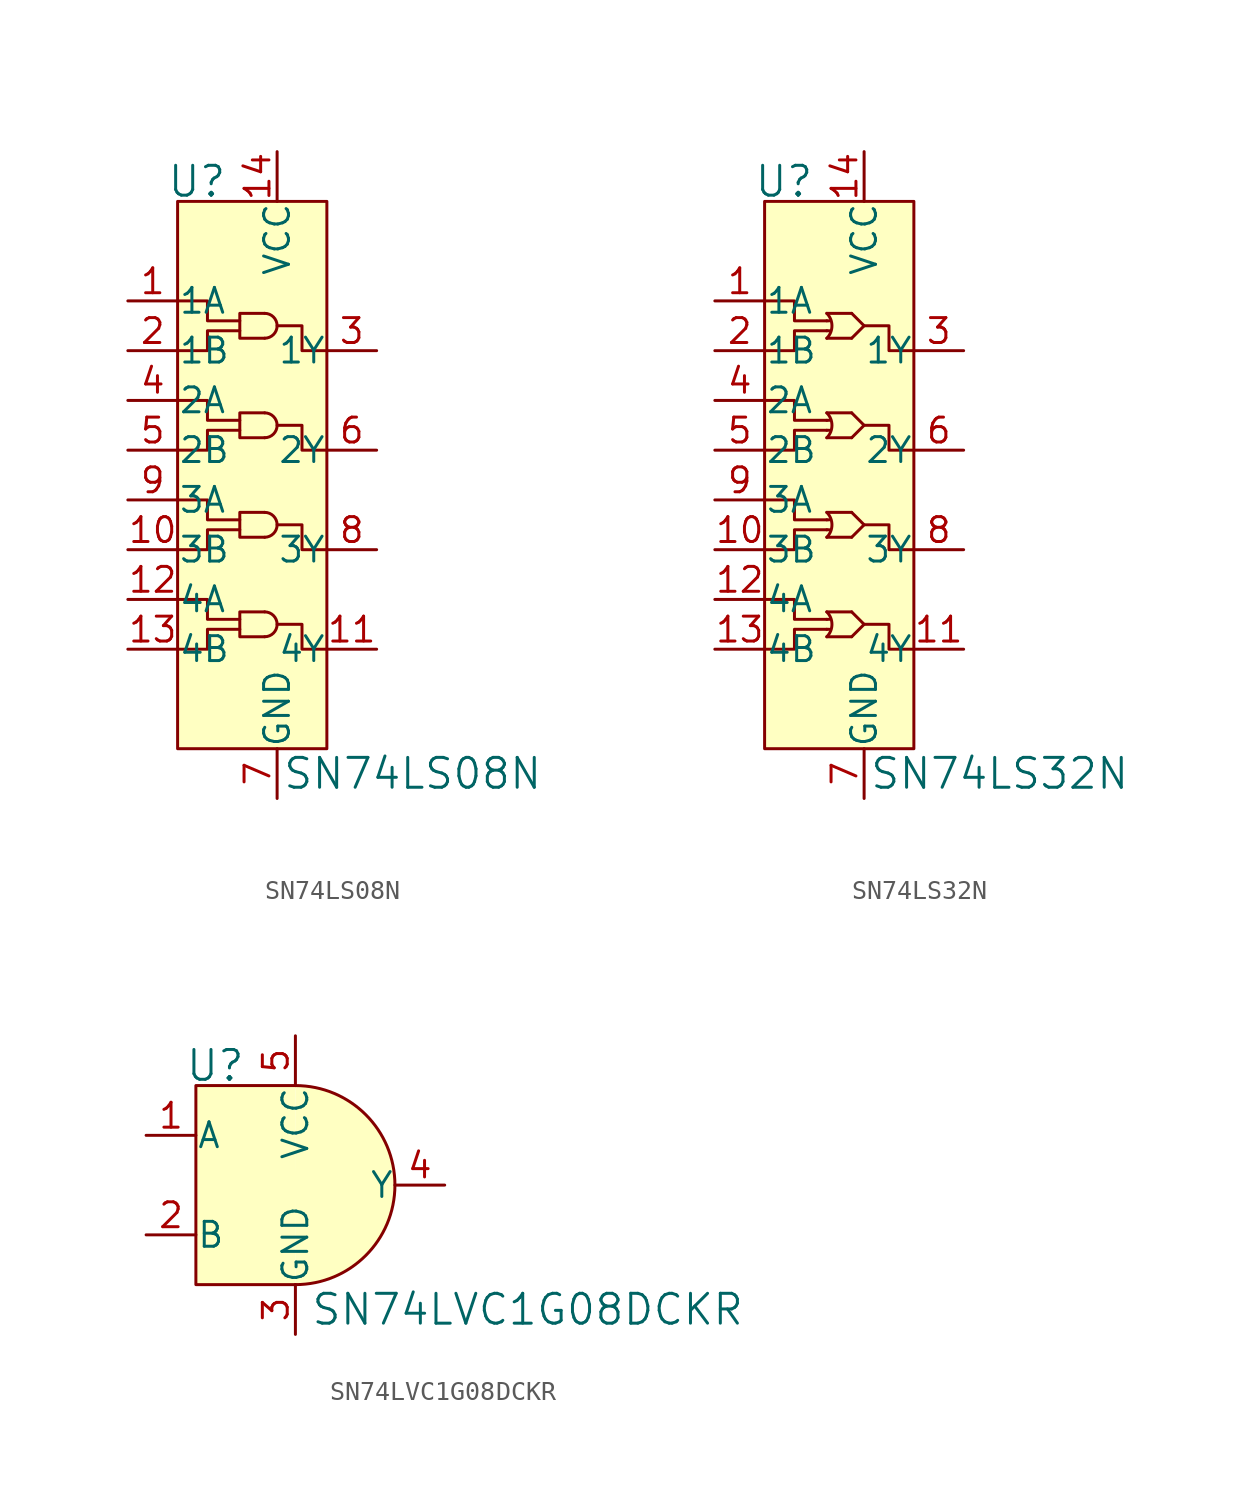
<source format=kicad_sym>
(kicad_symbol_lib
  (version 20211014)
  (generator kicad_symbol_editor)
  (symbol "SN74LS08N"
    (pin_names
      (offset 0.025))
    (property "Reference" "U"
      (at -2.54 8.636 0)
      (effects (font (size 1.524 1.524)) (justify right)))
    (property "Value" "SN74LS08N"
      (at 0.254 -21.59 0)
      (effects (font (size 1.524 1.524)) (justify left)))
    (symbol "SN74LS08N_0_1"
      (rectangle (start -5.08 7.62) (end 2.54 -20.32) (stroke (width 0) (type default) (color 0 0 0 0)) (fill (type background)))
      (arc (start -0.635 -14.605) (mid 0 -13.97) (end -0.635 -13.335) (stroke (width 0) (type default) (color 0 0 0 0)) (fill (type none)))
      (arc (start -0.635 -9.525) (mid 0 -8.89) (end -0.635 -8.255) (stroke (width 0) (type default) (color 0 0 0 0)) (fill (type none)))
      (arc (start -0.635 -4.445) (mid 0 -3.81) (end -0.635 -3.175) (stroke (width 0) (type default) (color 0 0 0 0)) (fill (type none)))
      (arc (start -0.635 0.635) (mid 0 1.27) (end -0.635 1.905) (stroke (width 0) (type default) (color 0 0 0 0)) (fill (type none)))
      (polyline (pts (xy -5.08 -15.24) (xy -3.556 -15.24) (xy -3.556 -14.224) (xy -1.905 -14.224)) (stroke (width 0) (type default) (color 0 0 0 0)) (fill (type none)))
      (polyline (pts (xy -5.08 -10.16) (xy -3.556 -10.16) (xy -3.556 -9.144) (xy -1.905 -9.144)) (stroke (width 0) (type default) (color 0 0 0 0)) (fill (type none)))
      (polyline (pts (xy -5.08 -5.08) (xy -3.556 -5.08) (xy -3.556 -4.064) (xy -1.905 -4.064)) (stroke (width 0) (type default) (color 0 0 0 0)) (fill (type none)))
      (polyline (pts (xy -5.08 0) (xy -3.556 0) (xy -3.556 1.016) (xy -1.905 1.016)) (stroke (width 0) (type default) (color 0 0 0 0)) (fill (type none)))
      (polyline (pts (xy -1.905 -13.716) (xy -3.556 -13.716) (xy -3.556 -12.7) (xy -5.08 -12.7)) (stroke (width 0) (type default) (color 0 0 0 0)) (fill (type none)))
      (polyline (pts (xy -1.905 -8.636) (xy -3.556 -8.636) (xy -3.556 -7.62) (xy -5.08 -7.62)) (stroke (width 0) (type default) (color 0 0 0 0)) (fill (type none)))
      (polyline (pts (xy -1.905 -3.556) (xy -3.556 -3.556) (xy -3.556 -2.54) (xy -5.08 -2.54)) (stroke (width 0) (type default) (color 0 0 0 0)) (fill (type none)))
      (polyline (pts (xy -1.905 1.524) (xy -3.556 1.524) (xy -3.556 2.54) (xy -5.08 2.54)) (stroke (width 0) (type default) (color 0 0 0 0)) (fill (type none)))
      (polyline (pts (xy -0.635 -13.335) (xy -1.905 -13.335) (xy -1.905 -14.605) (xy -0.635 -14.605)) (stroke (width 0) (type default) (color 0 0 0 0)) (fill (type none)))
      (polyline (pts (xy -0.635 -8.255) (xy -1.905 -8.255) (xy -1.905 -9.525) (xy -0.635 -9.525)) (stroke (width 0) (type default) (color 0 0 0 0)) (fill (type none)))
      (polyline (pts (xy -0.635 -3.175) (xy -1.905 -3.175) (xy -1.905 -4.445) (xy -0.635 -4.445)) (stroke (width 0) (type default) (color 0 0 0 0)) (fill (type none)))
      (polyline (pts (xy -0.635 1.905) (xy -1.905 1.905) (xy -1.905 0.635) (xy -0.635 0.635)) (stroke (width 0) (type default) (color 0 0 0 0)) (fill (type none)))
      (polyline (pts (xy 2.54 -15.24) (xy 1.27 -15.24) (xy 1.27 -13.97) (xy 0 -13.97)) (stroke (width 0) (type default) (color 0 0 0 0)) (fill (type none)))
      (polyline (pts (xy 2.54 -10.16) (xy 1.27 -10.16) (xy 1.27 -8.89) (xy 0 -8.89)) (stroke (width 0) (type default) (color 0 0 0 0)) (fill (type none)))
      (polyline (pts (xy 2.54 -5.08) (xy 1.27 -5.08) (xy 1.27 -3.81) (xy 0 -3.81)) (stroke (width 0) (type default) (color 0 0 0 0)) (fill (type none)))
      (polyline (pts (xy 2.54 0) (xy 1.27 0) (xy 1.27 1.27) (xy 0 1.27)) (stroke (width 0) (type default) (color 0 0 0 0)) (fill (type none))))
    (symbol "SN74LS08N_1_1"
      (pin input line (at -7.62 2.54 0) (length 2.54) (name "1A" (effects (font (size 1.27 1.27)))) (number "1" (effects (font (size 1.27 1.27)))))
      (pin input line (at -7.62 -10.16 0) (length 2.54) (name "3B" (effects (font (size 1.27 1.27)))) (number "10" (effects (font (size 1.27 1.27)))))
      (pin output line (at 5.08 -15.24 180) (length 2.54) (name "4Y" (effects (font (size 1.27 1.27)))) (number "11" (effects (font (size 1.27 1.27)))))
      (pin input line (at -7.62 -12.7 0) (length 2.54) (name "4A" (effects (font (size 1.27 1.27)))) (number "12" (effects (font (size 1.27 1.27)))))
      (pin input line (at -7.62 -15.24 0) (length 2.54) (name "4B" (effects (font (size 1.27 1.27)))) (number "13" (effects (font (size 1.27 1.27)))))
      (pin power_in line (at 0 10.16 270) (length 2.54) (name "VCC" (effects (font (size 1.27 1.27)))) (number "14" (effects (font (size 1.27 1.27)))))
      (pin input line (at -7.62 0 0) (length 2.54) (name "1B" (effects (font (size 1.27 1.27)))) (number "2" (effects (font (size 1.27 1.27)))))
      (pin output line (at 5.08 0 180) (length 2.54) (name "1Y" (effects (font (size 1.27 1.27)))) (number "3" (effects (font (size 1.27 1.27)))))
      (pin input line (at -7.62 -2.54 0) (length 2.54) (name "2A" (effects (font (size 1.27 1.27)))) (number "4" (effects (font (size 1.27 1.27)))))
      (pin input line (at -7.62 -5.08 0) (length 2.54) (name "2B" (effects (font (size 1.27 1.27)))) (number "5" (effects (font (size 1.27 1.27)))))
      (pin output line (at 5.08 -5.08 180) (length 2.54) (name "2Y" (effects (font (size 1.27 1.27)))) (number "6" (effects (font (size 1.27 1.27)))))
      (pin power_in line (at 0 -22.86 90) (length 2.54) (name "GND" (effects (font (size 1.27 1.27)))) (number "7" (effects (font (size 1.27 1.27)))))
      (pin output line (at 5.08 -10.16 180) (length 2.54) (name "3Y" (effects (font (size 1.27 1.27)))) (number "8" (effects (font (size 1.27 1.27)))))
      (pin input line (at -7.62 -7.62 0) (length 2.54) (name "3A" (effects (font (size 1.27 1.27)))) (number "9" (effects (font (size 1.27 1.27)))))))
  (symbol "SN74LS32N"
    (pin_names
      (offset 0.025))
    (property "Reference" "U"
      (at -2.54 8.636 0)
      (effects (font (size 1.524 1.524)) (justify right)))
    (property "Value" "SN74LS32N"
      (at 0.254 -21.59 0)
      (effects (font (size 1.524 1.524)) (justify left)))
    (symbol "SN74LS32N_0_1"
      (rectangle (start -5.08 7.62) (end 2.54 -20.32) (stroke (width 0) (type default) (color 0 0 0 0)) (fill (type background)))
      (arc (start -1.905 -14.605) (mid -1.642 -13.97) (end -1.905 -13.335) (stroke (width 0) (type default) (color 0 0 0 0)) (fill (type none)))
      (arc (start -1.905 -9.525) (mid -1.642 -8.89) (end -1.905 -8.255) (stroke (width 0) (type default) (color 0 0 0 0)) (fill (type none)))
      (arc (start -1.905 -4.445) (mid -1.642 -3.81) (end -1.905 -3.175) (stroke (width 0) (type default) (color 0 0 0 0)) (fill (type none)))
      (arc (start -1.905 0.635) (mid -1.642 1.27) (end -1.905 1.905) (stroke (width 0) (type default) (color 0 0 0 0)) (fill (type none)))
      (polyline (pts (xy -1.905 -14.224) (xy -1.778 -14.224)) (stroke (width 0) (type default) (color 0 0 0 0)) (fill (type none)))
      (polyline (pts (xy -1.905 -13.716) (xy -1.778 -13.716)) (stroke (width 0) (type default) (color 0 0 0 0)) (fill (type none)))
      (polyline (pts (xy -1.905 -9.144) (xy -1.778 -9.144)) (stroke (width 0) (type default) (color 0 0 0 0)) (fill (type none)))
      (polyline (pts (xy -1.905 -8.636) (xy -1.778 -8.636)) (stroke (width 0) (type default) (color 0 0 0 0)) (fill (type none)))
      (polyline (pts (xy -1.905 -4.064) (xy -1.778 -4.064)) (stroke (width 0) (type default) (color 0 0 0 0)) (fill (type none)))
      (polyline (pts (xy -1.905 -3.556) (xy -1.778 -3.556)) (stroke (width 0) (type default) (color 0 0 0 0)) (fill (type none)))
      (polyline (pts (xy -1.905 1.016) (xy -1.778 1.016)) (stroke (width 0) (type default) (color 0 0 0 0)) (fill (type none)))
      (polyline (pts (xy -1.905 1.524) (xy -1.778 1.524)) (stroke (width 0) (type default) (color 0 0 0 0)) (fill (type none)))
      (polyline (pts (xy -0.635 -14.605) (xy -1.905 -14.605)) (stroke (width 0) (type default) (color 0 0 0 0)) (fill (type none)))
      (polyline (pts (xy -0.635 -13.335) (xy -1.905 -13.335)) (stroke (width 0) (type default) (color 0 0 0 0)) (fill (type none)))
      (polyline (pts (xy -0.635 -9.525) (xy -1.905 -9.525)) (stroke (width 0) (type default) (color 0 0 0 0)) (fill (type none)))
      (polyline (pts (xy -0.635 -8.255) (xy -1.905 -8.255)) (stroke (width 0) (type default) (color 0 0 0 0)) (fill (type none)))
      (polyline (pts (xy -0.635 -4.445) (xy -1.905 -4.445)) (stroke (width 0) (type default) (color 0 0 0 0)) (fill (type none)))
      (polyline (pts (xy -0.635 -3.175) (xy -1.905 -3.175)) (stroke (width 0) (type default) (color 0 0 0 0)) (fill (type none)))
      (polyline (pts (xy -0.635 0.635) (xy -1.905 0.635)) (stroke (width 0) (type default) (color 0 0 0 0)) (fill (type none)))
      (polyline (pts (xy -0.635 1.905) (xy -1.905 1.905)) (stroke (width 0) (type default) (color 0 0 0 0)) (fill (type none)))
      (polyline (pts (xy -0.635 -13.335) (xy 0 -13.97) (xy -0.635 -14.605)) (stroke (width 0) (type default) (color 0 0 0 0)) (fill (type none)))
      (polyline (pts (xy -0.635 -8.255) (xy 0 -8.89) (xy -0.635 -9.525)) (stroke (width 0) (type default) (color 0 0 0 0)) (fill (type none)))
      (polyline (pts (xy -0.635 -3.175) (xy 0 -3.81) (xy -0.635 -4.445)) (stroke (width 0) (type default) (color 0 0 0 0)) (fill (type none)))
      (polyline (pts (xy -0.635 1.905) (xy 0 1.27) (xy -0.635 0.635)) (stroke (width 0) (type default) (color 0 0 0 0)) (fill (type none)))
      (polyline (pts (xy -5.08 -15.24) (xy -3.556 -15.24) (xy -3.556 -14.224) (xy -1.905 -14.224)) (stroke (width 0) (type default) (color 0 0 0 0)) (fill (type none)))
      (polyline (pts (xy -5.08 -10.16) (xy -3.556 -10.16) (xy -3.556 -9.144) (xy -1.905 -9.144)) (stroke (width 0) (type default) (color 0 0 0 0)) (fill (type none)))
      (polyline (pts (xy -5.08 -5.08) (xy -3.556 -5.08) (xy -3.556 -4.064) (xy -1.905 -4.064)) (stroke (width 0) (type default) (color 0 0 0 0)) (fill (type none)))
      (polyline (pts (xy -5.08 0) (xy -3.556 0) (xy -3.556 1.016) (xy -1.905 1.016)) (stroke (width 0) (type default) (color 0 0 0 0)) (fill (type none)))
      (polyline (pts (xy -1.905 -13.716) (xy -3.556 -13.716) (xy -3.556 -12.7) (xy -5.08 -12.7)) (stroke (width 0) (type default) (color 0 0 0 0)) (fill (type none)))
      (polyline (pts (xy -1.905 -8.636) (xy -3.556 -8.636) (xy -3.556 -7.62) (xy -5.08 -7.62)) (stroke (width 0) (type default) (color 0 0 0 0)) (fill (type none)))
      (polyline (pts (xy -1.905 -3.556) (xy -3.556 -3.556) (xy -3.556 -2.54) (xy -5.08 -2.54)) (stroke (width 0) (type default) (color 0 0 0 0)) (fill (type none)))
      (polyline (pts (xy -1.905 1.524) (xy -3.556 1.524) (xy -3.556 2.54) (xy -5.08 2.54)) (stroke (width 0) (type default) (color 0 0 0 0)) (fill (type none)))
      (polyline (pts (xy 2.54 -15.24) (xy 1.27 -15.24) (xy 1.27 -13.97) (xy 0 -13.97)) (stroke (width 0) (type default) (color 0 0 0 0)) (fill (type none)))
      (polyline (pts (xy 2.54 -10.16) (xy 1.27 -10.16) (xy 1.27 -8.89) (xy 0 -8.89)) (stroke (width 0) (type default) (color 0 0 0 0)) (fill (type none)))
      (polyline (pts (xy 2.54 -5.08) (xy 1.27 -5.08) (xy 1.27 -3.81) (xy 0 -3.81)) (stroke (width 0) (type default) (color 0 0 0 0)) (fill (type none)))
      (polyline (pts (xy 2.54 0) (xy 1.27 0) (xy 1.27 1.27) (xy 0 1.27)) (stroke (width 0) (type default) (color 0 0 0 0)) (fill (type none))))
    (symbol "SN74LS32N_1_1"
      (pin input line (at -7.62 2.54 0) (length 2.54) (name "1A" (effects (font (size 1.27 1.27)))) (number "1" (effects (font (size 1.27 1.27)))))
      (pin input line (at -7.62 -10.16 0) (length 2.54) (name "3B" (effects (font (size 1.27 1.27)))) (number "10" (effects (font (size 1.27 1.27)))))
      (pin output line (at 5.08 -15.24 180) (length 2.54) (name "4Y" (effects (font (size 1.27 1.27)))) (number "11" (effects (font (size 1.27 1.27)))))
      (pin input line (at -7.62 -12.7 0) (length 2.54) (name "4A" (effects (font (size 1.27 1.27)))) (number "12" (effects (font (size 1.27 1.27)))))
      (pin input line (at -7.62 -15.24 0) (length 2.54) (name "4B" (effects (font (size 1.27 1.27)))) (number "13" (effects (font (size 1.27 1.27)))))
      (pin power_in line (at 0 10.16 270) (length 2.54) (name "VCC" (effects (font (size 1.27 1.27)))) (number "14" (effects (font (size 1.27 1.27)))))
      (pin input line (at -7.62 0 0) (length 2.54) (name "1B" (effects (font (size 1.27 1.27)))) (number "2" (effects (font (size 1.27 1.27)))))
      (pin output line (at 5.08 0 180) (length 2.54) (name "1Y" (effects (font (size 1.27 1.27)))) (number "3" (effects (font (size 1.27 1.27)))))
      (pin input line (at -7.62 -2.54 0) (length 2.54) (name "2A" (effects (font (size 1.27 1.27)))) (number "4" (effects (font (size 1.27 1.27)))))
      (pin input line (at -7.62 -5.08 0) (length 2.54) (name "2B" (effects (font (size 1.27 1.27)))) (number "5" (effects (font (size 1.27 1.27)))))
      (pin output line (at 5.08 -5.08 180) (length 2.54) (name "2Y" (effects (font (size 1.27 1.27)))) (number "6" (effects (font (size 1.27 1.27)))))
      (pin power_in line (at 0 -22.86 90) (length 2.54) (name "GND" (effects (font (size 1.27 1.27)))) (number "7" (effects (font (size 1.27 1.27)))))
      (pin output line (at 5.08 -10.16 180) (length 2.54) (name "3Y" (effects (font (size 1.27 1.27)))) (number "8" (effects (font (size 1.27 1.27)))))
      (pin input line (at -7.62 -7.62 0) (length 2.54) (name "3A" (effects (font (size 1.27 1.27)))) (number "9" (effects (font (size 1.27 1.27)))))))
  (symbol "SN74LVC1G08DCKR"
    (pin_names
      (offset 0.025))
    (property "Reference" "U"
      (at -2.54 6.096 0)
      (effects (font (size 1.524 1.524)) (justify right)))
    (property "Value" "SN74LVC1G08DCKR"
      (at 0.762 -6.35 0)
      (effects (font (size 1.524 1.524)) (justify left)))
    (symbol "SN74LVC1G08DCKR_1_1"
      (arc (start 0 -5.08) (mid 5.08 0) (end 0 5.08) (stroke (width 0) (type default) (color 0 0 0 0)) (fill (type background)))
      (polyline (pts (xy 0 5.08) (xy -5.08 5.08) (xy -5.08 -5.08) (xy 0 -5.08)) (stroke (width 0) (type default) (color 0 0 0 0)) (fill (type background)))
      (pin input line (at -7.62 2.54 0) (length 2.54) (name "A" (effects (font (size 1.27 1.27)))) (number "1" (effects (font (size 1.27 1.27)))))
      (pin input line (at -7.62 -2.54 0) (length 2.54) (name "B" (effects (font (size 1.27 1.27)))) (number "2" (effects (font (size 1.27 1.27)))))
      (pin power_in line (at 0 -7.62 90) (length 2.54) (name "GND" (effects (font (size 1.27 1.27)))) (number "3" (effects (font (size 1.27 1.27)))))
      (pin output line (at 7.62 0 180) (length 2.54) (name "Y" (effects (font (size 1.27 1.27)))) (number "4" (effects (font (size 1.27 1.27)))))
      (pin power_in line (at 0 7.62 270) (length 2.54) (name "VCC" (effects (font (size 1.27 1.27)))) (number "5" (effects (font (size 1.27 1.27))))))))
</source>
